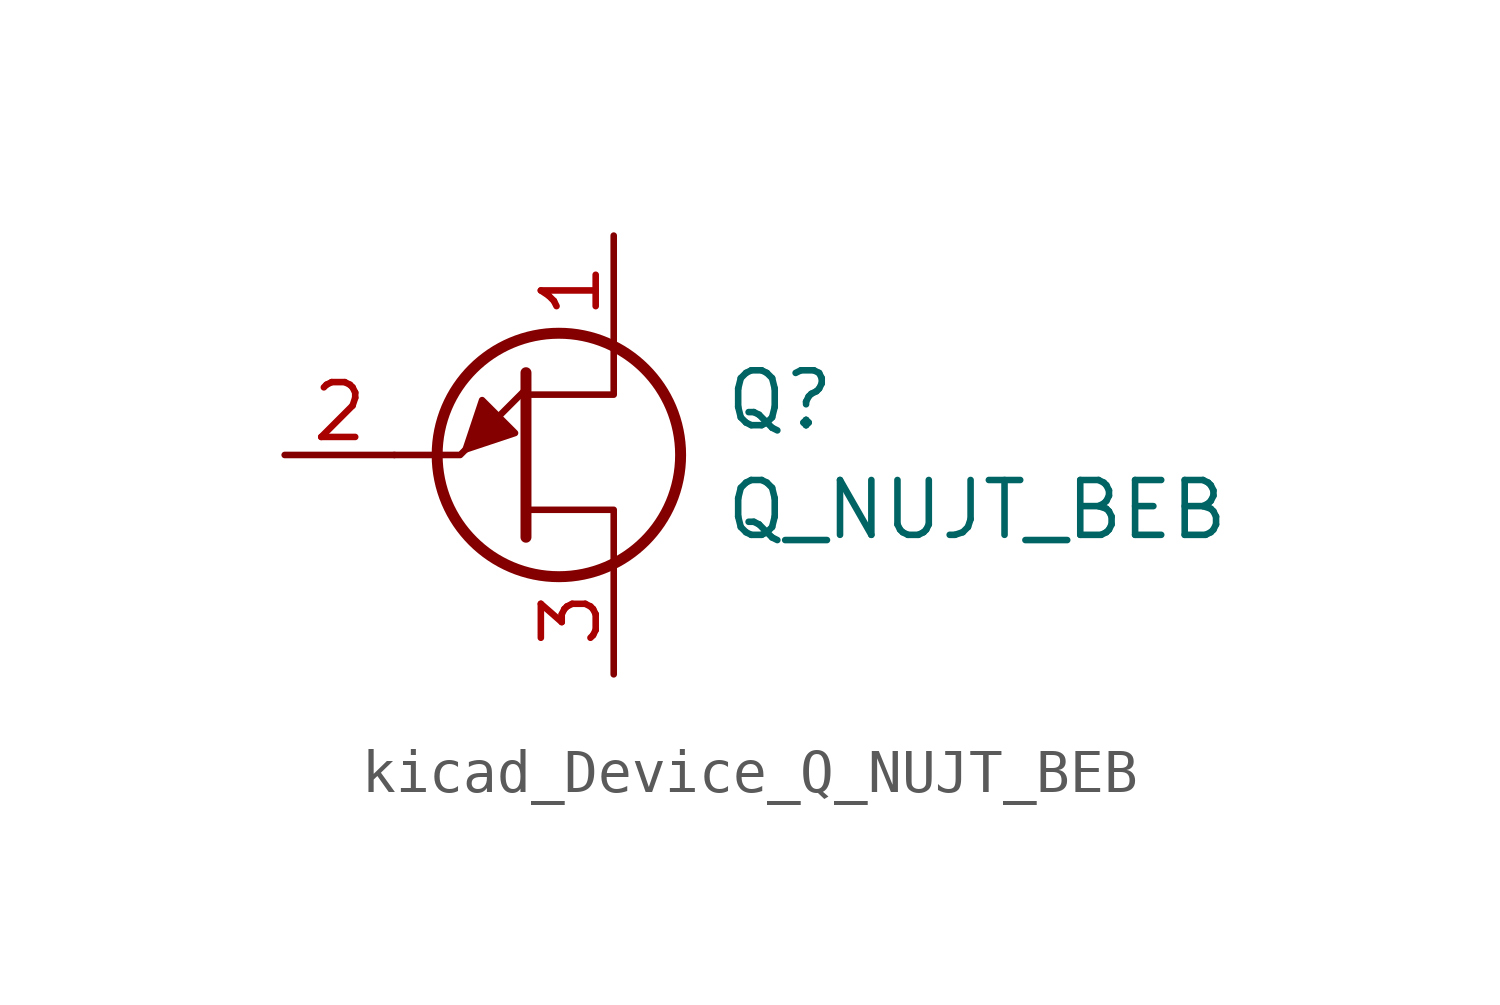
<source format=kicad_sym>
(kicad_symbol_lib
  (version 20220914)
  (generator kicad_symbol_editor)
  (symbol "kicad_Device_Q_NUJT_BEB"
    (pin_names
      (offset 0) hide)
    (property "Reference" "Q"
      (at 5.08 1.27 0)
      (effects (font (size 1.27 1.27)) (justify left)))
    (property "Value" "Q_NUJT_BEB"
      (at 5.08 -1.27 0)
      (effects (font (size 1.27 1.27)) (justify left)))
    (symbol "kicad_Device_Q_NUJT_BEB_0_1"
      (polyline (pts (xy -2.54 0) (xy -1.016 0) (xy 0.508 1.524)) (stroke (width 0) (type default)) (fill (type none)))
      (polyline (pts (xy 0.508 1.905) (xy 0.508 -1.905) (xy 0.508 -1.905)) (stroke (width 0.254) (type default)) (fill (type none)))
      (polyline (pts (xy 2.54 -2.54) (xy 2.54 -1.27) (xy 0.508 -1.27)) (stroke (width 0) (type default)) (fill (type none)))
      (polyline (pts (xy 2.54 2.54) (xy 2.54 1.397) (xy 0.508 1.397)) (stroke (width 0) (type default)) (fill (type none)))
      (polyline (pts (xy -0.889 0.127) (xy -0.508 1.27) (xy 0.254 0.508) (xy -0.889 0.127)) (stroke (width 0) (type default)) (fill (type outline)))
      (circle (center 1.27 0) (radius 2.819) (stroke (width 0.254) (type default)) (fill (type none))))
    (symbol "kicad_Device_Q_NUJT_BEB_1_1"
      (pin passive line (at 2.54 5.08 270) (length 2.54) (name "B2" (effects (font (size 1.27 1.27)))) (number "1" (effects (font (size 1.27 1.27)))))
      (pin input line (at -5.08 0 0) (length 2.54) (name "E" (effects (font (size 1.27 1.27)))) (number "2" (effects (font (size 1.27 1.27)))))
      (pin passive line (at 2.54 -5.08 90) (length 2.54) (name "B1" (effects (font (size 1.27 1.27)))) (number "3" (effects (font (size 1.27 1.27))))))))
</source>
